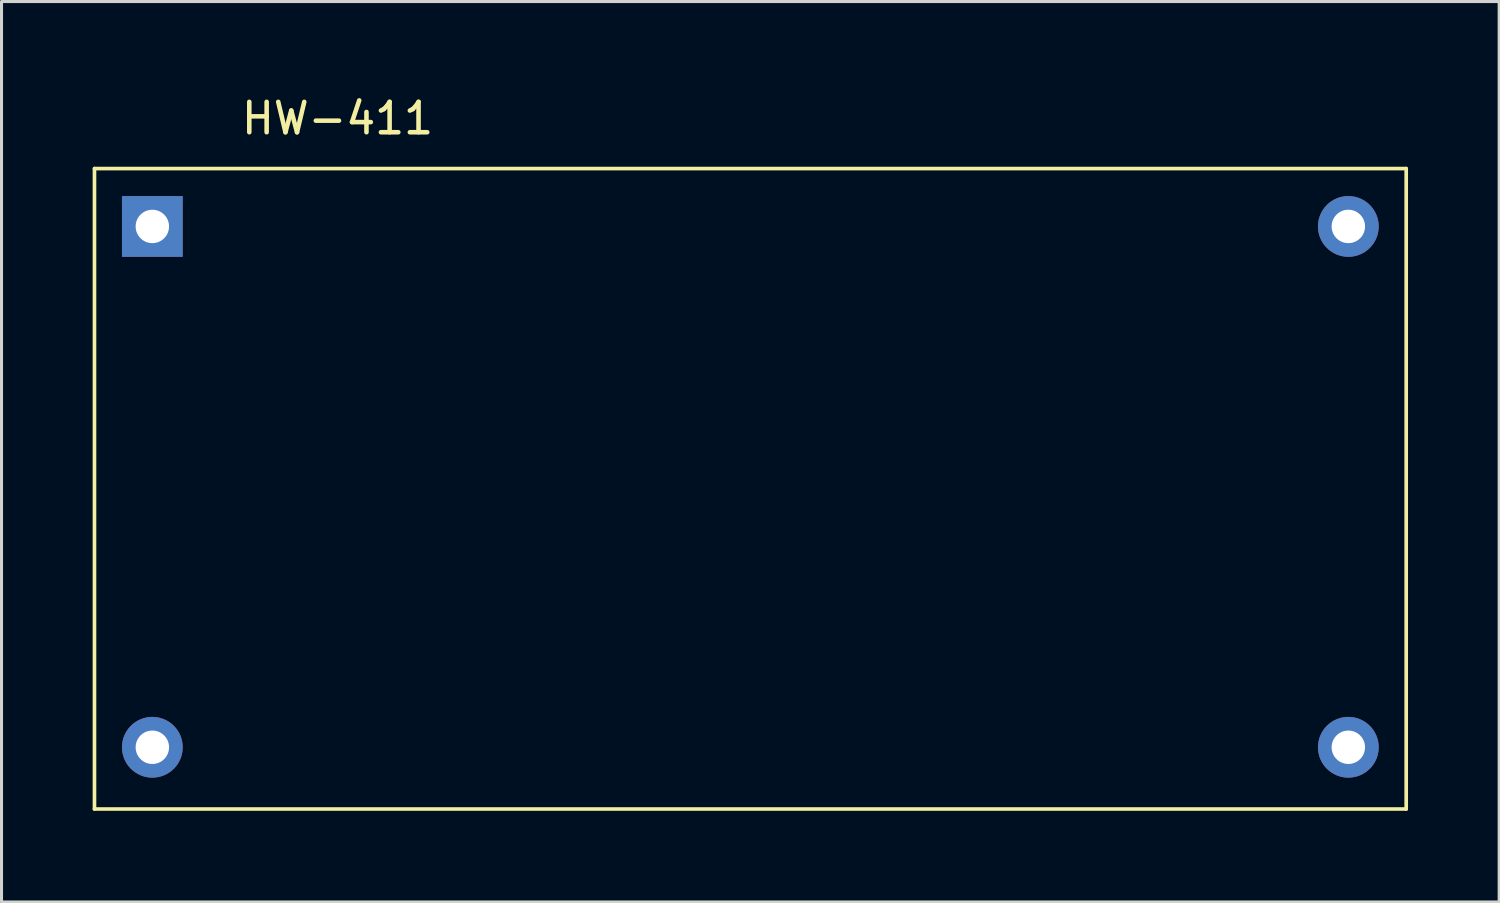
<source format=kicad_pcb>
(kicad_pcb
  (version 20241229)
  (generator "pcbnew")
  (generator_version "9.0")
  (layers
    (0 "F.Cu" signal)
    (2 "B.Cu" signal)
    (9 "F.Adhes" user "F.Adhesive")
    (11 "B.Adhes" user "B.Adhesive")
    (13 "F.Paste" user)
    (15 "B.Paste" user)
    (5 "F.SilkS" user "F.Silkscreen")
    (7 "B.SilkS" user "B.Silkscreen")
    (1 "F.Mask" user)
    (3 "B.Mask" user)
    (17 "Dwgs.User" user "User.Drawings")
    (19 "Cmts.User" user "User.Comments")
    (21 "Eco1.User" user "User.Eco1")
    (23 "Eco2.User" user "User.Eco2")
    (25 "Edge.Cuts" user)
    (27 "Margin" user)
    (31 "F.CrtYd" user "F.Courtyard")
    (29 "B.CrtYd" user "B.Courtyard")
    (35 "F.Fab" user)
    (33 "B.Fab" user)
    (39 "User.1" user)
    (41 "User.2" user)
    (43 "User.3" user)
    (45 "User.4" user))
  (footprint "HW-411"
    (layer "F.Cu")
    (at 1.965 4.404)
    (property "Reference" "HW-411" (at 6.096 -3.556 0) (layer "F.SilkS") (effects (font (size 1 1) (thickness 0.15))))
    (attr through_hole)
    (fp_line (start -1.905 -1.905) (end 41.275 -1.905) (stroke (width 0.12) (type solid)) (layer "F.SilkS"))
    (fp_line (start -1.905 19.177) (end -1.905 -1.905) (stroke (width 0.12) (type solid)) (layer "F.SilkS"))
    (fp_line (start 41.275 -1.905) (end 41.275 19.177) (stroke (width 0.12) (type solid)) (layer "F.SilkS"))
    (fp_line (start 41.275 19.177) (end -1.905 19.177) (stroke (width 0.12) (type solid)) (layer "F.SilkS"))
    (pad "1" thru_hole rect (at 0 0) (size 2 2) (drill 1.1) (layers "*.Cu" "*.Mask"))
    (pad "2" thru_hole circle (at 0 17.145) (size 2 2) (drill 1.1) (layers "*.Cu" "*.Mask"))
    (pad "3" thru_hole circle (at 39.37 17.145) (size 2 2) (drill 1.1) (layers "*.Cu" "*.Mask"))
    (pad "4" thru_hole circle (at 39.37 0) (size 2 2) (drill 1.1) (layers "*.Cu" "*.Mask")))
  (gr_rect
    (start -3 -3)
    (end 46.3 26.641)
    (stroke (width 0.1) (type default))
    (fill no)
    (layer "Edge.Cuts")))
</source>
